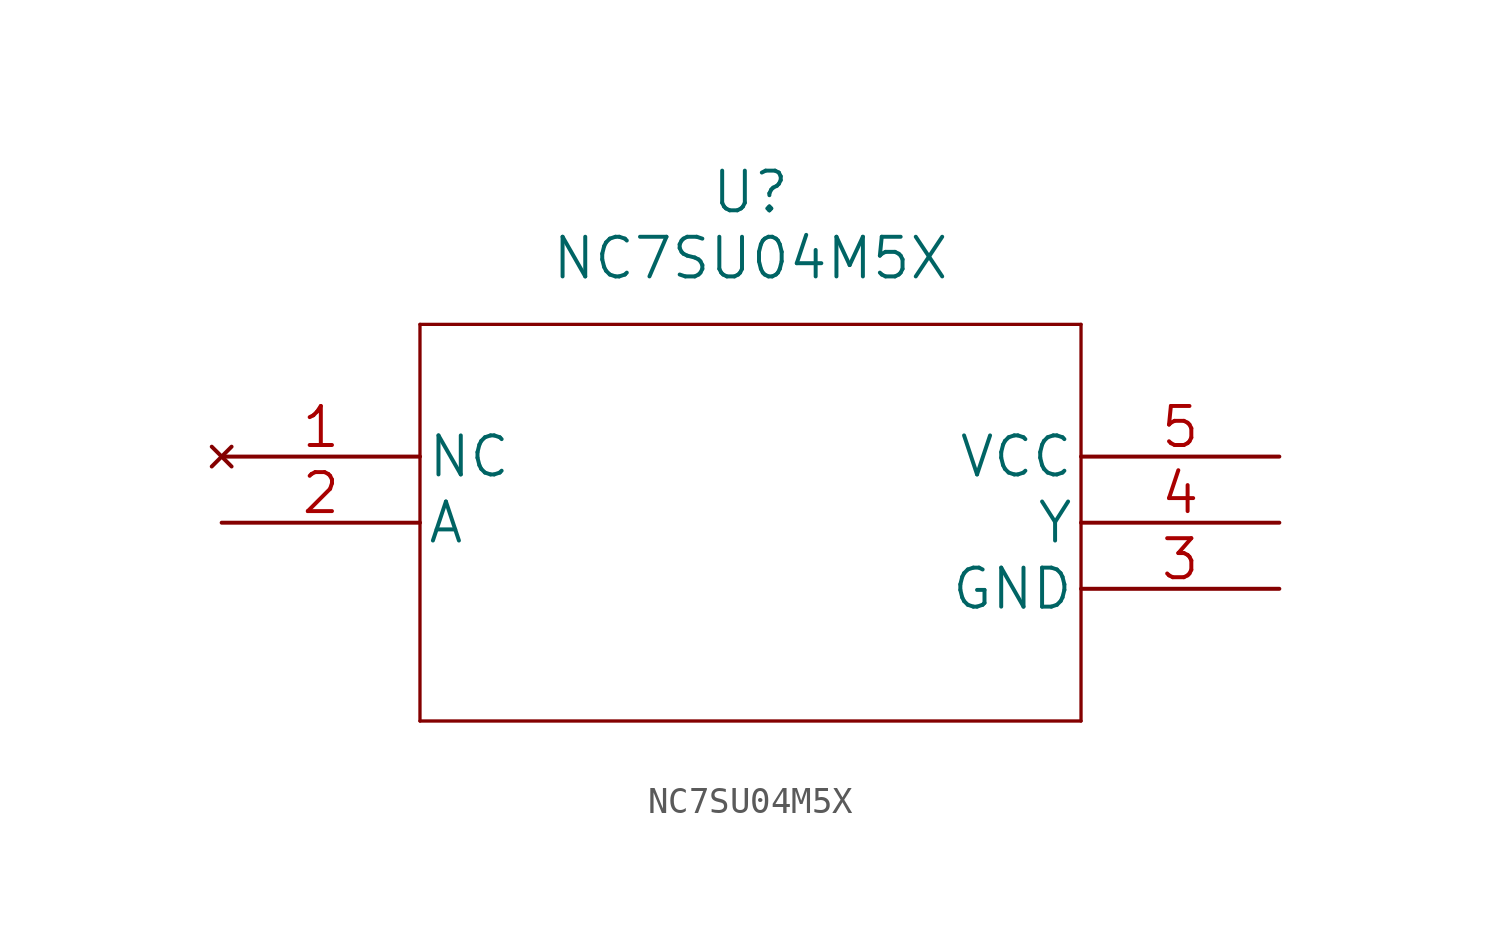
<source format=kicad_sym>
(kicad_symbol_lib
  (version 20211014)
  (generator kicad_symbol_editor)
  (symbol "NC7SU04M5X"
    (pin_names
      (offset 0.254))
    (property "Reference" "U"
      (at 20.32 10.16 0)
      (effects (font (size 1.524 1.524))))
    (property "Value" "NC7SU04M5X"
      (at 20.32 7.62 0)
      (effects (font (size 1.524 1.524))))
    (property "Datasheet" ""
      (at 0 0 0)
      (effects (font (size 1.524 1.524))))
    (property "ki_locked" ""
      (at 0 0 0)
      (effects (font (size 1.27 1.27))))
    (symbol "NC7SU04M5X_1_1"
      (polyline (pts (xy 7.62 -10.16) (xy 33.02 -10.16)) (stroke (width 0.127) (type default) (color 0 0 0 0)) (fill (type none)))
      (polyline (pts (xy 7.62 5.08) (xy 7.62 -10.16)) (stroke (width 0.127) (type default) (color 0 0 0 0)) (fill (type none)))
      (polyline (pts (xy 33.02 -10.16) (xy 33.02 5.08)) (stroke (width 0.127) (type default) (color 0 0 0 0)) (fill (type none)))
      (polyline (pts (xy 33.02 5.08) (xy 7.62 5.08)) (stroke (width 0.127) (type default) (color 0 0 0 0)) (fill (type none)))
      (pin no_connect line (at 0 0 0) (length 7.62) (name "NC" (effects (font (size 1.499 1.499)))) (number "1" (effects (font (size 1.499 1.499)))))
      (pin unspecified line (at 0 -2.54 0) (length 7.62) (name "A" (effects (font (size 1.499 1.499)))) (number "2" (effects (font (size 1.499 1.499)))))
      (pin power_in line (at 40.64 -5.08 180) (length 7.62) (name "GND" (effects (font (size 1.499 1.499)))) (number "3" (effects (font (size 1.499 1.499)))))
      (pin unspecified line (at 40.64 -2.54 180) (length 7.62) (name "Y" (effects (font (size 1.499 1.499)))) (number "4" (effects (font (size 1.499 1.499)))))
      (pin power_in line (at 40.64 0 180) (length 7.62) (name "VCC" (effects (font (size 1.499 1.499)))) (number "5" (effects (font (size 1.499 1.499))))))))
</source>
